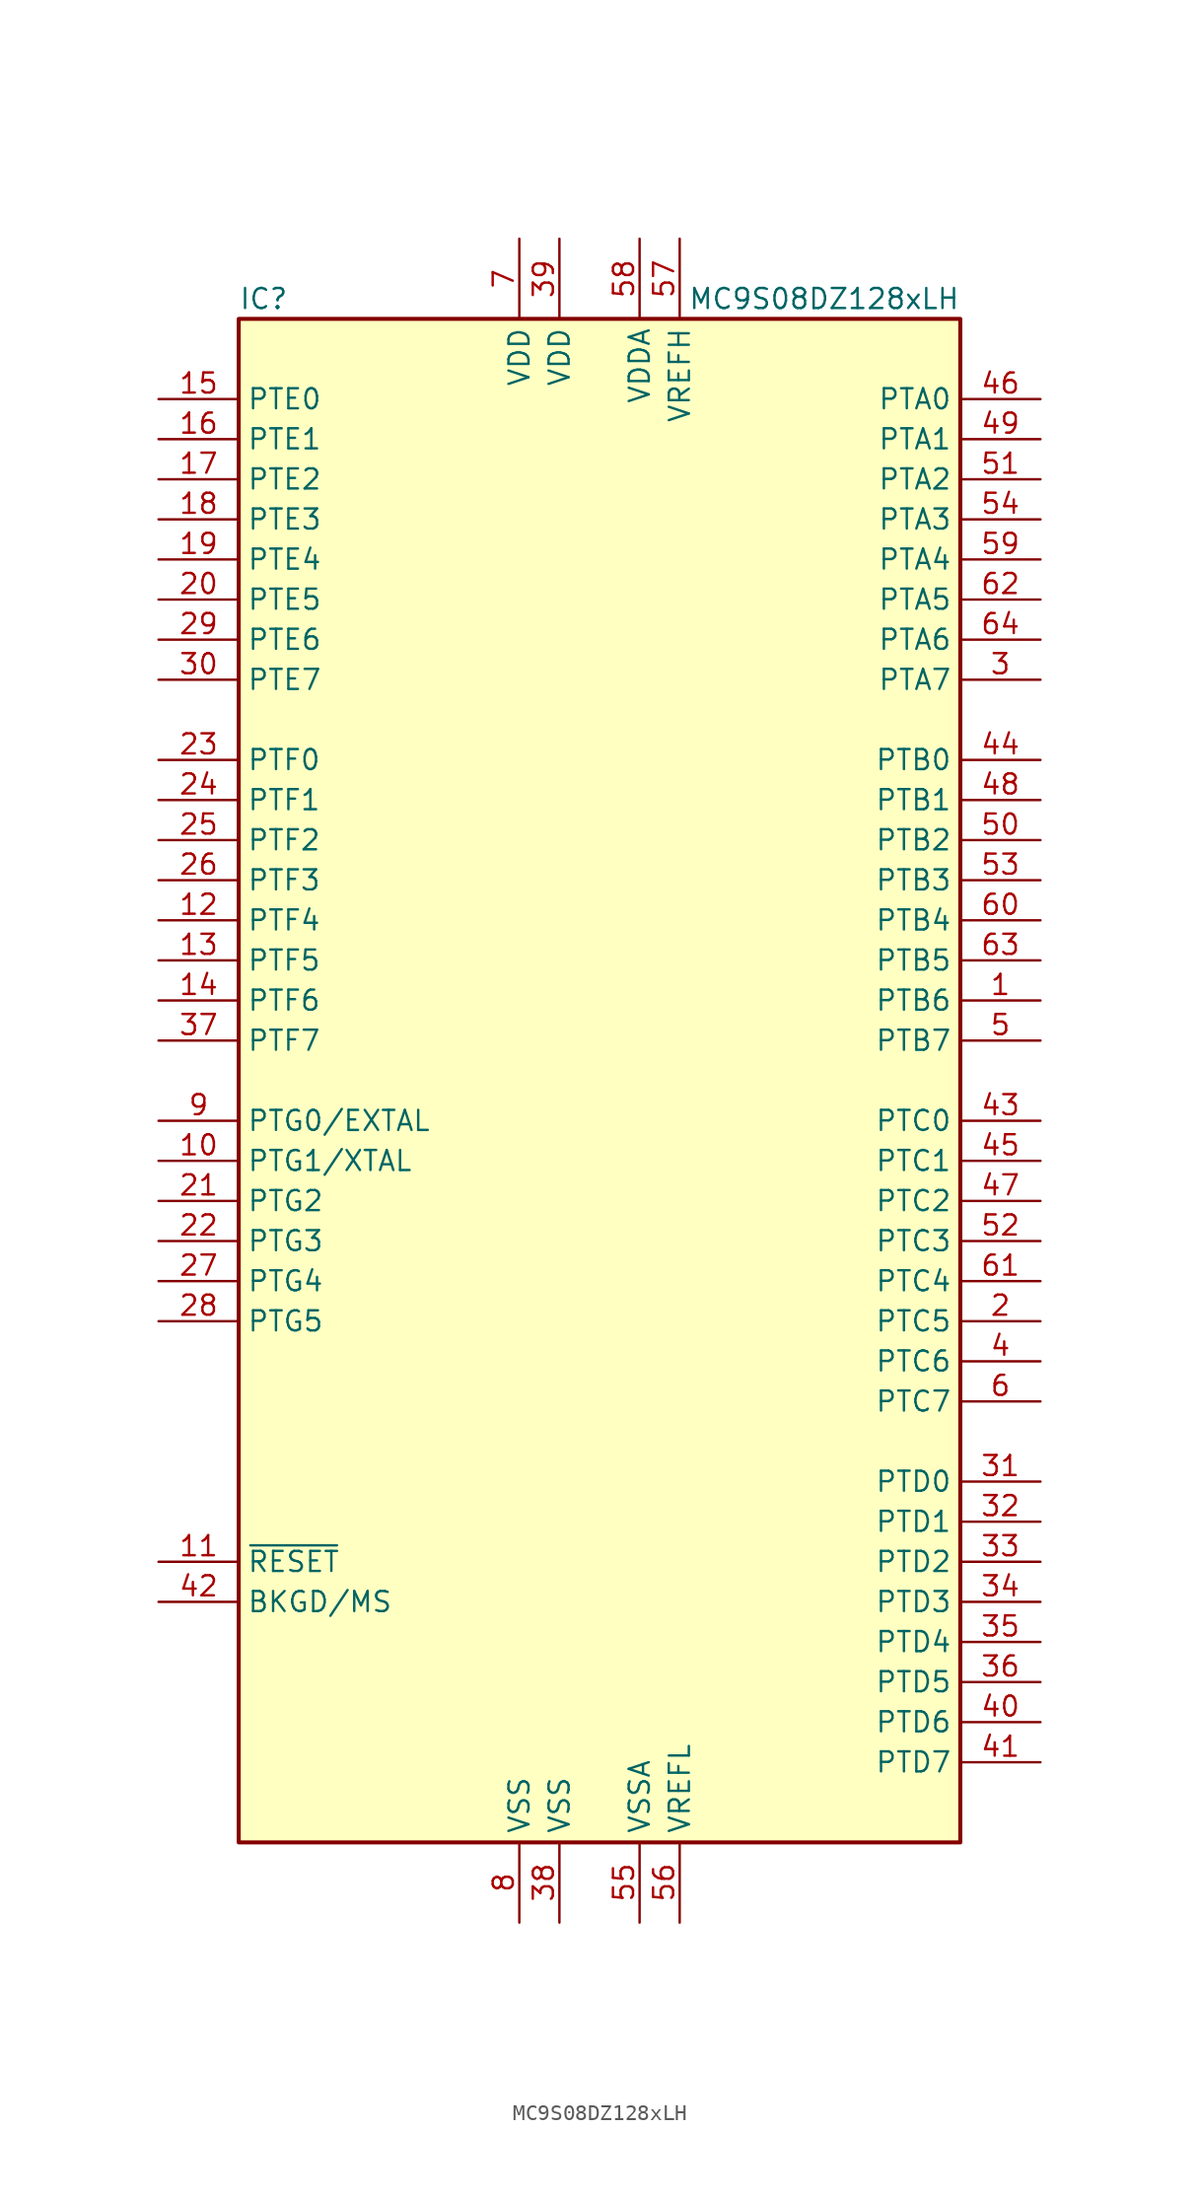
<source format=kicad_sym>
(kicad_symbol_lib
  (version 20231120)
  (generator "kicad_symbol_editor")
  (generator_version "8.0")
  (symbol "MC9S08DZ128xLH"
    (property "Reference" "IC"
      (at -22.86 49.53 0)
      (effects (font (size 1.27 1.27)) (justify left)))
    (property "Value" "MC9S08DZ128xLH"
      (at 22.86 49.53 0)
      (effects (font (size 1.27 1.27)) (justify right)))
    (symbol "MC9S08DZ128xLH_0_1"
      (rectangle (start -22.86 48.26) (end 22.86 -48.26) (stroke (width 0.254) (type default)) (fill (type background))))
    (symbol "MC9S08DZ128xLH_1_1"
      (pin bidirectional line (at 27.94 5.08 180) (length 5.08) (name "PTB6" (effects (font (size 1.27 1.27)))) (number "1" (effects (font (size 1.27 1.27)))))
      (pin bidirectional line (at -27.94 -5.08 0) (length 5.08) (name "PTG1/XTAL" (effects (font (size 1.27 1.27)))) (number "10" (effects (font (size 1.27 1.27)))))
      (pin input line (at -27.94 -30.48 0) (length 5.08) (name "~{RESET}" (effects (font (size 1.27 1.27)))) (number "11" (effects (font (size 1.27 1.27)))))
      (pin bidirectional line (at -27.94 10.16 0) (length 5.08) (name "PTF4" (effects (font (size 1.27 1.27)))) (number "12" (effects (font (size 1.27 1.27)))))
      (pin bidirectional line (at -27.94 7.62 0) (length 5.08) (name "PTF5" (effects (font (size 1.27 1.27)))) (number "13" (effects (font (size 1.27 1.27)))))
      (pin bidirectional line (at -27.94 5.08 0) (length 5.08) (name "PTF6" (effects (font (size 1.27 1.27)))) (number "14" (effects (font (size 1.27 1.27)))))
      (pin bidirectional line (at -27.94 43.18 0) (length 5.08) (name "PTE0" (effects (font (size 1.27 1.27)))) (number "15" (effects (font (size 1.27 1.27)))))
      (pin bidirectional line (at -27.94 40.64 0) (length 5.08) (name "PTE1" (effects (font (size 1.27 1.27)))) (number "16" (effects (font (size 1.27 1.27)))))
      (pin bidirectional line (at -27.94 38.1 0) (length 5.08) (name "PTE2" (effects (font (size 1.27 1.27)))) (number "17" (effects (font (size 1.27 1.27)))))
      (pin bidirectional line (at -27.94 35.56 0) (length 5.08) (name "PTE3" (effects (font (size 1.27 1.27)))) (number "18" (effects (font (size 1.27 1.27)))))
      (pin bidirectional line (at -27.94 33.02 0) (length 5.08) (name "PTE4" (effects (font (size 1.27 1.27)))) (number "19" (effects (font (size 1.27 1.27)))))
      (pin bidirectional line (at 27.94 -15.24 180) (length 5.08) (name "PTC5" (effects (font (size 1.27 1.27)))) (number "2" (effects (font (size 1.27 1.27)))))
      (pin bidirectional line (at -27.94 30.48 0) (length 5.08) (name "PTE5" (effects (font (size 1.27 1.27)))) (number "20" (effects (font (size 1.27 1.27)))))
      (pin bidirectional line (at -27.94 -7.62 0) (length 5.08) (name "PTG2" (effects (font (size 1.27 1.27)))) (number "21" (effects (font (size 1.27 1.27)))))
      (pin bidirectional line (at -27.94 -10.16 0) (length 5.08) (name "PTG3" (effects (font (size 1.27 1.27)))) (number "22" (effects (font (size 1.27 1.27)))))
      (pin bidirectional line (at -27.94 20.32 0) (length 5.08) (name "PTF0" (effects (font (size 1.27 1.27)))) (number "23" (effects (font (size 1.27 1.27)))))
      (pin bidirectional line (at -27.94 17.78 0) (length 5.08) (name "PTF1" (effects (font (size 1.27 1.27)))) (number "24" (effects (font (size 1.27 1.27)))))
      (pin bidirectional line (at -27.94 15.24 0) (length 5.08) (name "PTF2" (effects (font (size 1.27 1.27)))) (number "25" (effects (font (size 1.27 1.27)))))
      (pin bidirectional line (at -27.94 12.7 0) (length 5.08) (name "PTF3" (effects (font (size 1.27 1.27)))) (number "26" (effects (font (size 1.27 1.27)))))
      (pin bidirectional line (at -27.94 -12.7 0) (length 5.08) (name "PTG4" (effects (font (size 1.27 1.27)))) (number "27" (effects (font (size 1.27 1.27)))))
      (pin bidirectional line (at -27.94 -15.24 0) (length 5.08) (name "PTG5" (effects (font (size 1.27 1.27)))) (number "28" (effects (font (size 1.27 1.27)))))
      (pin bidirectional line (at -27.94 27.94 0) (length 5.08) (name "PTE6" (effects (font (size 1.27 1.27)))) (number "29" (effects (font (size 1.27 1.27)))))
      (pin bidirectional line (at 27.94 25.4 180) (length 5.08) (name "PTA7" (effects (font (size 1.27 1.27)))) (number "3" (effects (font (size 1.27 1.27)))))
      (pin bidirectional line (at -27.94 25.4 0) (length 5.08) (name "PTE7" (effects (font (size 1.27 1.27)))) (number "30" (effects (font (size 1.27 1.27)))))
      (pin bidirectional line (at 27.94 -25.4 180) (length 5.08) (name "PTD0" (effects (font (size 1.27 1.27)))) (number "31" (effects (font (size 1.27 1.27)))))
      (pin bidirectional line (at 27.94 -27.94 180) (length 5.08) (name "PTD1" (effects (font (size 1.27 1.27)))) (number "32" (effects (font (size 1.27 1.27)))))
      (pin bidirectional line (at 27.94 -30.48 180) (length 5.08) (name "PTD2" (effects (font (size 1.27 1.27)))) (number "33" (effects (font (size 1.27 1.27)))))
      (pin bidirectional line (at 27.94 -33.02 180) (length 5.08) (name "PTD3" (effects (font (size 1.27 1.27)))) (number "34" (effects (font (size 1.27 1.27)))))
      (pin bidirectional line (at 27.94 -35.56 180) (length 5.08) (name "PTD4" (effects (font (size 1.27 1.27)))) (number "35" (effects (font (size 1.27 1.27)))))
      (pin bidirectional line (at 27.94 -38.1 180) (length 5.08) (name "PTD5" (effects (font (size 1.27 1.27)))) (number "36" (effects (font (size 1.27 1.27)))))
      (pin bidirectional line (at -27.94 2.54 0) (length 5.08) (name "PTF7" (effects (font (size 1.27 1.27)))) (number "37" (effects (font (size 1.27 1.27)))))
      (pin power_in line (at -2.54 -53.34 90) (length 5.08) (name "VSS" (effects (font (size 1.27 1.27)))) (number "38" (effects (font (size 1.27 1.27)))))
      (pin power_in line (at -2.54 53.34 270) (length 5.08) (name "VDD" (effects (font (size 1.27 1.27)))) (number "39" (effects (font (size 1.27 1.27)))))
      (pin bidirectional line (at 27.94 -17.78 180) (length 5.08) (name "PTC6" (effects (font (size 1.27 1.27)))) (number "4" (effects (font (size 1.27 1.27)))))
      (pin bidirectional line (at 27.94 -40.64 180) (length 5.08) (name "PTD6" (effects (font (size 1.27 1.27)))) (number "40" (effects (font (size 1.27 1.27)))))
      (pin bidirectional line (at 27.94 -43.18 180) (length 5.08) (name "PTD7" (effects (font (size 1.27 1.27)))) (number "41" (effects (font (size 1.27 1.27)))))
      (pin bidirectional line (at -27.94 -33.02 0) (length 5.08) (name "BKGD/MS" (effects (font (size 1.27 1.27)))) (number "42" (effects (font (size 1.27 1.27)))))
      (pin bidirectional line (at 27.94 -2.54 180) (length 5.08) (name "PTC0" (effects (font (size 1.27 1.27)))) (number "43" (effects (font (size 1.27 1.27)))))
      (pin bidirectional line (at 27.94 20.32 180) (length 5.08) (name "PTB0" (effects (font (size 1.27 1.27)))) (number "44" (effects (font (size 1.27 1.27)))))
      (pin bidirectional line (at 27.94 -5.08 180) (length 5.08) (name "PTC1" (effects (font (size 1.27 1.27)))) (number "45" (effects (font (size 1.27 1.27)))))
      (pin bidirectional line (at 27.94 43.18 180) (length 5.08) (name "PTA0" (effects (font (size 1.27 1.27)))) (number "46" (effects (font (size 1.27 1.27)))))
      (pin bidirectional line (at 27.94 -7.62 180) (length 5.08) (name "PTC2" (effects (font (size 1.27 1.27)))) (number "47" (effects (font (size 1.27 1.27)))))
      (pin bidirectional line (at 27.94 17.78 180) (length 5.08) (name "PTB1" (effects (font (size 1.27 1.27)))) (number "48" (effects (font (size 1.27 1.27)))))
      (pin bidirectional line (at 27.94 40.64 180) (length 5.08) (name "PTA1" (effects (font (size 1.27 1.27)))) (number "49" (effects (font (size 1.27 1.27)))))
      (pin bidirectional line (at 27.94 2.54 180) (length 5.08) (name "PTB7" (effects (font (size 1.27 1.27)))) (number "5" (effects (font (size 1.27 1.27)))))
      (pin bidirectional line (at 27.94 15.24 180) (length 5.08) (name "PTB2" (effects (font (size 1.27 1.27)))) (number "50" (effects (font (size 1.27 1.27)))))
      (pin bidirectional line (at 27.94 38.1 180) (length 5.08) (name "PTA2" (effects (font (size 1.27 1.27)))) (number "51" (effects (font (size 1.27 1.27)))))
      (pin bidirectional line (at 27.94 -10.16 180) (length 5.08) (name "PTC3" (effects (font (size 1.27 1.27)))) (number "52" (effects (font (size 1.27 1.27)))))
      (pin bidirectional line (at 27.94 12.7 180) (length 5.08) (name "PTB3" (effects (font (size 1.27 1.27)))) (number "53" (effects (font (size 1.27 1.27)))))
      (pin bidirectional line (at 27.94 35.56 180) (length 5.08) (name "PTA3" (effects (font (size 1.27 1.27)))) (number "54" (effects (font (size 1.27 1.27)))))
      (pin power_in line (at 2.54 -53.34 90) (length 5.08) (name "VSSA" (effects (font (size 1.27 1.27)))) (number "55" (effects (font (size 1.27 1.27)))))
      (pin power_in line (at 5.08 -53.34 90) (length 5.08) (name "VREFL" (effects (font (size 1.27 1.27)))) (number "56" (effects (font (size 1.27 1.27)))))
      (pin power_in line (at 5.08 53.34 270) (length 5.08) (name "VREFH" (effects (font (size 1.27 1.27)))) (number "57" (effects (font (size 1.27 1.27)))))
      (pin power_in line (at 2.54 53.34 270) (length 5.08) (name "VDDA" (effects (font (size 1.27 1.27)))) (number "58" (effects (font (size 1.27 1.27)))))
      (pin bidirectional line (at 27.94 33.02 180) (length 5.08) (name "PTA4" (effects (font (size 1.27 1.27)))) (number "59" (effects (font (size 1.27 1.27)))))
      (pin bidirectional line (at 27.94 -20.32 180) (length 5.08) (name "PTC7" (effects (font (size 1.27 1.27)))) (number "6" (effects (font (size 1.27 1.27)))))
      (pin bidirectional line (at 27.94 10.16 180) (length 5.08) (name "PTB4" (effects (font (size 1.27 1.27)))) (number "60" (effects (font (size 1.27 1.27)))))
      (pin bidirectional line (at 27.94 -12.7 180) (length 5.08) (name "PTC4" (effects (font (size 1.27 1.27)))) (number "61" (effects (font (size 1.27 1.27)))))
      (pin bidirectional line (at 27.94 30.48 180) (length 5.08) (name "PTA5" (effects (font (size 1.27 1.27)))) (number "62" (effects (font (size 1.27 1.27)))))
      (pin bidirectional line (at 27.94 7.62 180) (length 5.08) (name "PTB5" (effects (font (size 1.27 1.27)))) (number "63" (effects (font (size 1.27 1.27)))))
      (pin bidirectional line (at 27.94 27.94 180) (length 5.08) (name "PTA6" (effects (font (size 1.27 1.27)))) (number "64" (effects (font (size 1.27 1.27)))))
      (pin power_in line (at -5.08 53.34 270) (length 5.08) (name "VDD" (effects (font (size 1.27 1.27)))) (number "7" (effects (font (size 1.27 1.27)))))
      (pin power_in line (at -5.08 -53.34 90) (length 5.08) (name "VSS" (effects (font (size 1.27 1.27)))) (number "8" (effects (font (size 1.27 1.27)))))
      (pin bidirectional line (at -27.94 -2.54 0) (length 5.08) (name "PTG0/EXTAL" (effects (font (size 1.27 1.27)))) (number "9" (effects (font (size 1.27 1.27))))))))
</source>
